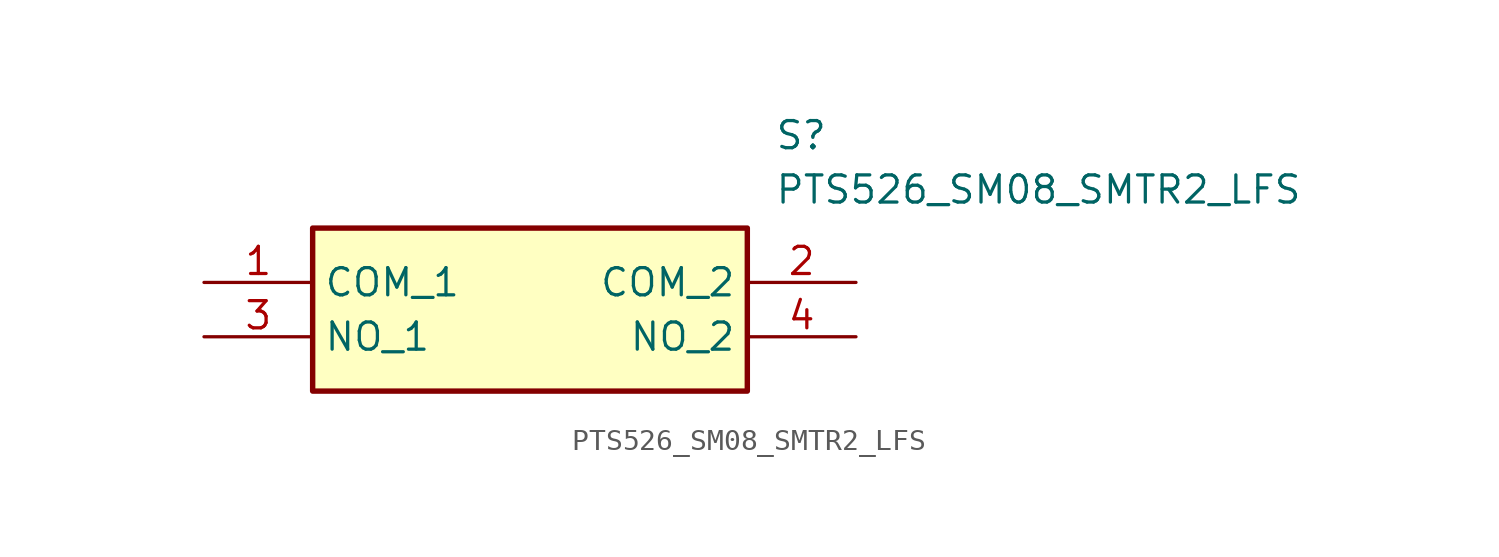
<source format=kicad_sym>
(kicad_symbol_lib
  (version 20211014)
  (generator SamacSys_ECAD_Model)
  (symbol "PTS526_SM08_SMTR2_LFS"
    (property "Reference" "S"
      (at 26.67 7.62 0)
      (effects (font (size 1.27 1.27)) (justify left top)))
    (property "Value" "PTS526_SM08_SMTR2_LFS"
      (at 26.67 5.08 0)
      (effects (font (size 1.27 1.27)) (justify left top)))
    (rectangle
      (start 5.08 2.54)
      (end 25.4 -5.08)
      (stroke (width 0.254) (type default))
      (fill (type background)))
    (pin passive line
      (at 0 0 0)
      (length 5.08)
      (name "COM_1" (effects (font (size 1.27 1.27))))
      (number "1" (effects (font (size 1.27 1.27)))))
    (pin passive line
      (at 30.48 0 180)
      (length 5.08)
      (name "COM_2" (effects (font (size 1.27 1.27))))
      (number "2" (effects (font (size 1.27 1.27)))))
    (pin passive line
      (at 0 -2.54 0)
      (length 5.08)
      (name "NO_1" (effects (font (size 1.27 1.27))))
      (number "3" (effects (font (size 1.27 1.27)))))
    (pin passive line
      (at 30.48 -2.54 180)
      (length 5.08)
      (name "NO_2" (effects (font (size 1.27 1.27))))
      (number "4" (effects (font (size 1.27 1.27)))))))
</source>
